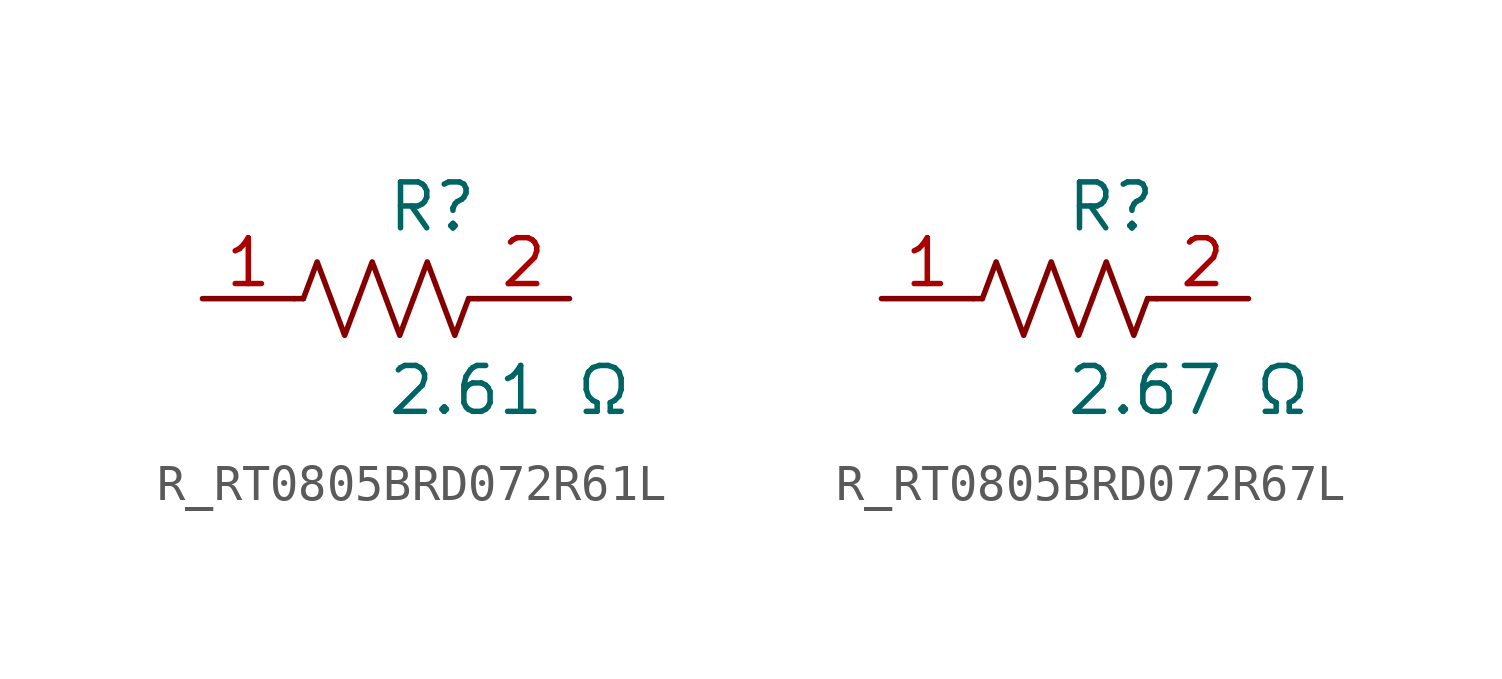
<source format=kicad_sym>
(kicad_symbol_lib
  (version 20231120)
  (generator kicad_symbol_editor)
  (generator_version 8.0)
  (symbol "R_RT0805BRD072R61L"
    (pin_names
      (offset 0.254))
    (property "Reference" "R"
      (at 0.0 2.54 0)
      (effects (font (size 1.27 1.27)) (justify left)))
    (property "Value" "2.61 Ω"
      (at 0.0 -2.54 0)
      (effects (font (size 1.27 1.27)) (justify left)))
    (symbol "R_RT0805BRD072R61L_0_1"
      (polyline (pts (xy 2.286 0) (xy 2.54 0)) (stroke (width 0) (type default)) (fill (type none)))
      (polyline (pts (xy -2.286 0) (xy -2.54 0)) (stroke (width 0) (type default)) (fill (type none)))
      (polyline (pts (xy 0.762 0) (xy 1.143 1.016) (xy 1.524 0) (xy 1.905 -1.016) (xy 2.286 0)) (stroke (width 0) (type default)) (fill (type none)))
      (polyline (pts (xy -0.762 0) (xy -0.381 1.016) (xy 0 0) (xy 0.381 -1.016) (xy 0.762 0)) (stroke (width 0) (type default)) (fill (type none)))
      (polyline (pts (xy -2.286 0) (xy -1.905 1.016) (xy -1.524 0) (xy -1.143 -1.016) (xy -0.762 0)) (stroke (width 0) (type default)) (fill (type none))))
    (pin unspecified line
      (at -5.08 0 0)
      (length 2.54)
      (name "" (effects (font (size 1.27 1.27))))
      (number "1" (effects (font (size 1.27 1.27)))))
    (pin unspecified line
      (at 5.08 0 180)
      (length 2.54)
      (name "" (effects (font (size 1.27 1.27))))
      (number "2" (effects (font (size 1.27 1.27))))))
  (symbol "R_RT0805BRD072R67L"
    (pin_names
      (offset 0.254))
    (property "Reference" "R"
      (at 0.0 2.54 0)
      (effects (font (size 1.27 1.27)) (justify left)))
    (property "Value" "2.67 Ω"
      (at 0.0 -2.54 0)
      (effects (font (size 1.27 1.27)) (justify left)))
    (symbol "R_RT0805BRD072R67L_0_1"
      (polyline (pts (xy 2.286 0) (xy 2.54 0)) (stroke (width 0) (type default)) (fill (type none)))
      (polyline (pts (xy -2.286 0) (xy -2.54 0)) (stroke (width 0) (type default)) (fill (type none)))
      (polyline (pts (xy 0.762 0) (xy 1.143 1.016) (xy 1.524 0) (xy 1.905 -1.016) (xy 2.286 0)) (stroke (width 0) (type default)) (fill (type none)))
      (polyline (pts (xy -0.762 0) (xy -0.381 1.016) (xy 0 0) (xy 0.381 -1.016) (xy 0.762 0)) (stroke (width 0) (type default)) (fill (type none)))
      (polyline (pts (xy -2.286 0) (xy -1.905 1.016) (xy -1.524 0) (xy -1.143 -1.016) (xy -0.762 0)) (stroke (width 0) (type default)) (fill (type none))))
    (pin unspecified line
      (at -5.08 0 0)
      (length 2.54)
      (name "" (effects (font (size 1.27 1.27))))
      (number "1" (effects (font (size 1.27 1.27)))))
    (pin unspecified line
      (at 5.08 0 180)
      (length 2.54)
      (name "" (effects (font (size 1.27 1.27))))
      (number "2" (effects (font (size 1.27 1.27)))))))
</source>
